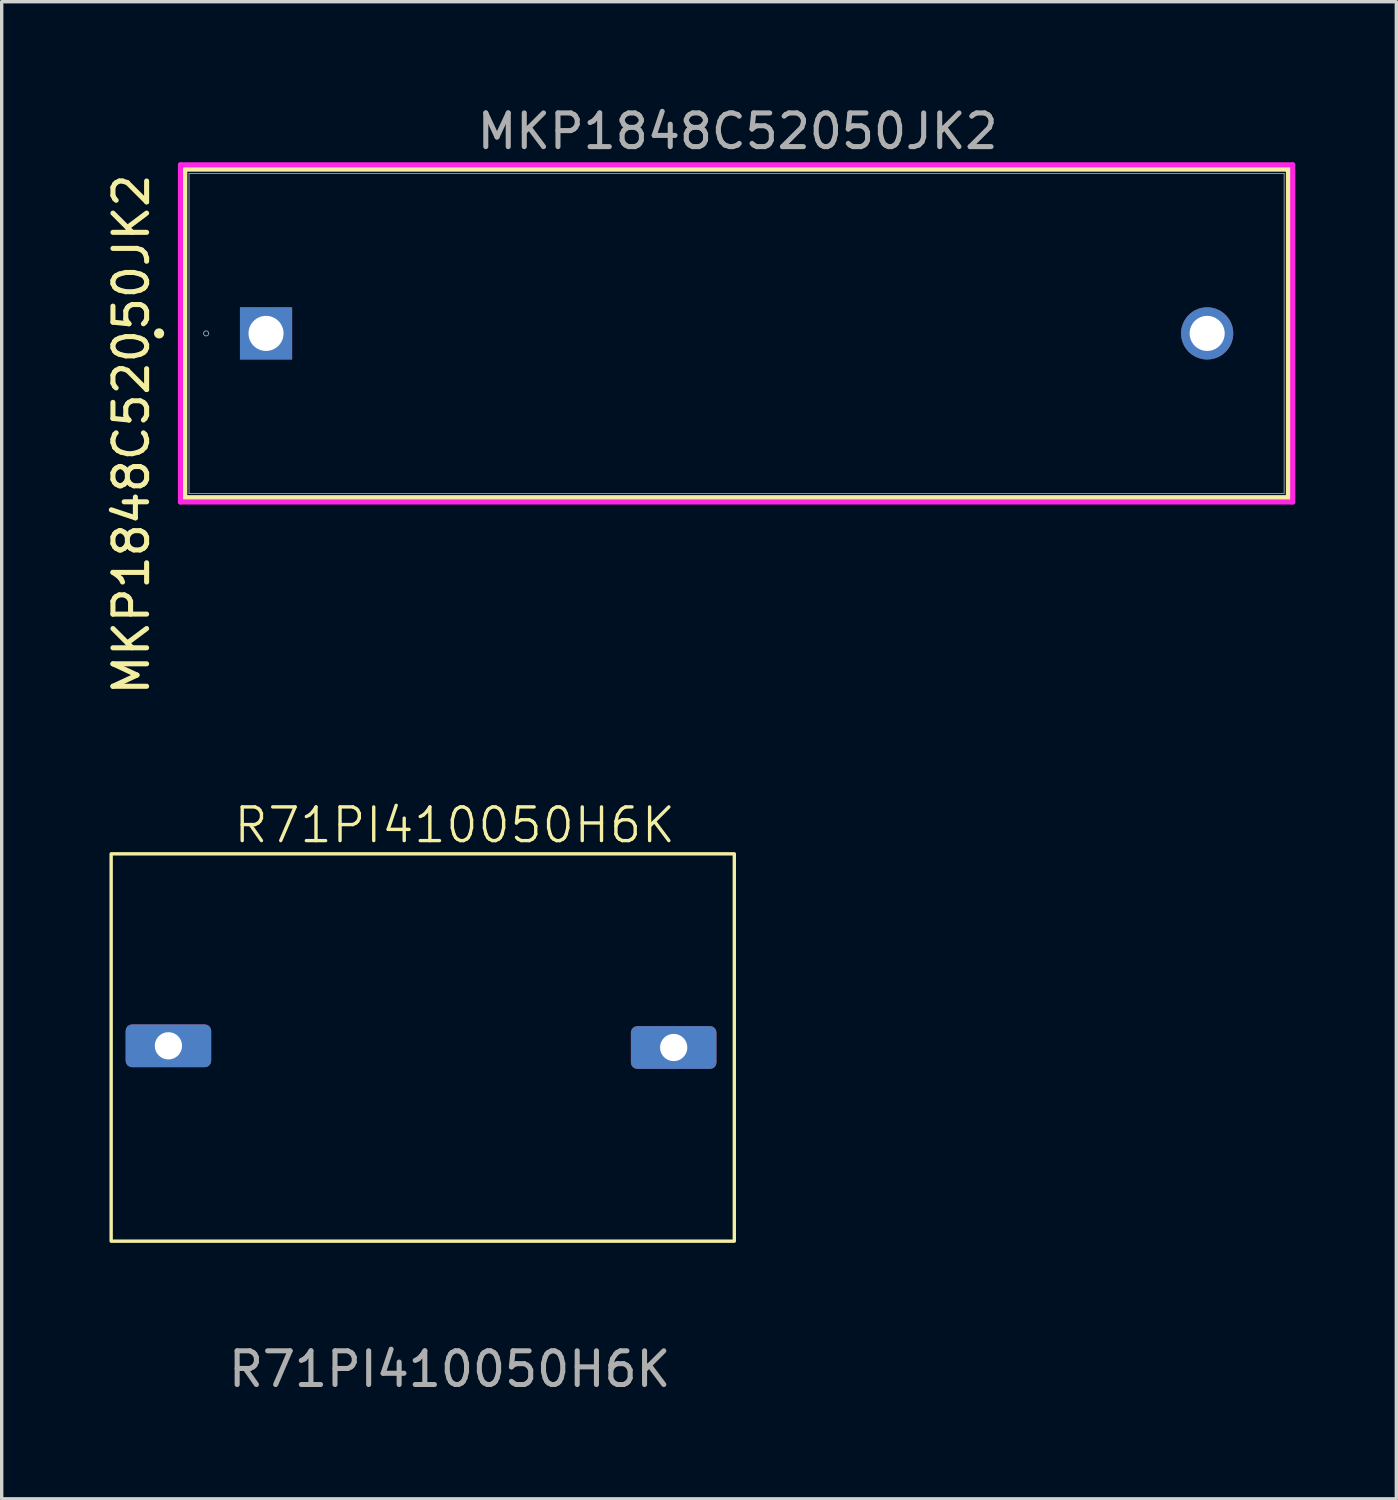
<source format=kicad_pcb>
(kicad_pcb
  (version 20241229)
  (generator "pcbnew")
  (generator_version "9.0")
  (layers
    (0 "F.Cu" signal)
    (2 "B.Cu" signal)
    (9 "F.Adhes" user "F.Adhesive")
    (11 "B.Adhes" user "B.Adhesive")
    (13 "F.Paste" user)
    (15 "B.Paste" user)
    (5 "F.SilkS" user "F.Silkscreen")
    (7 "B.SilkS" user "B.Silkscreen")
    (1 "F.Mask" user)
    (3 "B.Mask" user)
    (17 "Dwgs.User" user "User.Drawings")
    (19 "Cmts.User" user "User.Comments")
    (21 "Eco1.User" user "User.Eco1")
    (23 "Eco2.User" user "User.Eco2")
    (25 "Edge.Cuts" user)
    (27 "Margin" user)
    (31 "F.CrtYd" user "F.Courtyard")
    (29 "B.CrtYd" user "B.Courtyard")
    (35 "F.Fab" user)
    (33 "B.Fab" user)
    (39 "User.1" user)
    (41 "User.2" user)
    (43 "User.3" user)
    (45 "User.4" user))
  (footprint "MKP1848C52050JK2"
    (layer "F.Cu")
    (at 4.848 6.848)
    (property "Reference" "MKP1848C52050JK2" (at -4 3 90) (unlocked yes) (layer "F.SilkS") (effects (font (size 1 1) (thickness 0.15))))
    (attr through_hole)
    (fp_line (start -2.413 -4.877) (end -2.413 4.877) (stroke (width 0.152) (type solid)) (layer "F.SilkS"))
    (fp_line (start 30.353 -4.877) (end -2.413 -4.877) (stroke (width 0.152) (type solid)) (layer "F.SilkS"))
    (fp_line (start 30.353 -4.877) (end 30.353 4.877) (stroke (width 0.152) (type solid)) (layer "F.SilkS"))
    (fp_line (start 30.353 4.877) (end -2.413 4.877) (stroke (width 0.152) (type solid)) (layer "F.SilkS"))
    (fp_circle (center -3.175 0) (end -3.099 0) (stroke (width 0.152) (type solid)) (fill no) (layer "F.SilkS"))
    (fp_line (start -2.54 -5.004) (end 30.48 -5.004) (stroke (width 0.152) (type solid)) (layer "F.CrtYd"))
    (fp_line (start -2.54 5.004) (end -2.54 -5.004) (stroke (width 0.152) (type solid)) (layer "F.CrtYd"))
    (fp_line (start 30.48 -5.004) (end 30.48 5.004) (stroke (width 0.152) (type solid)) (layer "F.CrtYd"))
    (fp_line (start 30.48 5.004) (end -2.54 5.004) (stroke (width 0.152) (type solid)) (layer "F.CrtYd"))
    (fp_line (start -2.286 -4.75) (end -2.286 4.75) (stroke (width 0.025) (type solid)) (layer "F.Fab"))
    (fp_line (start 30.226 -4.75) (end -2.286 -4.75) (stroke (width 0.025) (type solid)) (layer "F.Fab"))
    (fp_line (start 30.226 -4.75) (end 30.226 4.75) (stroke (width 0.025) (type solid)) (layer "F.Fab"))
    (fp_line (start 30.226 4.75) (end -2.286 4.75) (stroke (width 0.025) (type solid)) (layer "F.Fab"))
    (fp_circle (center -1.778 0) (end -1.702 0) (stroke (width 0.025) (type solid)) (fill no) (layer "F.Fab"))
    (fp_text user "${REFERENCE}" (at 14 -6 0) (unlocked yes) (layer "F.Fab") (effects (font (size 1 1) (thickness 0.15))))
    (pad "1" thru_hole rect (at 0 0) (size 1.549 1.549) (drill 1.041) (layers "*.Cu" "*.Mask"))
    (pad "2" thru_hole circle (at 27.94 0) (size 1.549 1.549) (drill 1.041) (layers "*.Cu" "*.Mask")))
  (footprint "R71PI410050H6K"
    (layer "F.Cu")
    (at 0.25 33.798)
    (property "Reference" "R71PI410050H6K" (at 10.2 -12.35 0) (unlocked yes) (layer "F.SilkS") (effects (font (size 1 1) (thickness 0.1))))
    (attr through_hole)
    (fp_rect (start 0 -11.5) (end 18.5 0) (stroke (width 0.1) (type solid)) (fill no) (layer "F.SilkS"))
    (fp_text user "${REFERENCE}" (at 10.05 3.8 0) (unlocked yes) (layer "F.Fab") (effects (font (size 1 1) (thickness 0.15))))
    (pad "1" thru_hole roundrect (at 1.7 -5.8) (size 2.54 1.27) (drill 0.81) (layers "*.Cu" "*.Mask") (roundrect_rratio 0.15))
    (pad "2" thru_hole roundrect (at 16.7 -5.75) (size 2.54 1.27) (drill 0.81) (layers "*.Cu" "*.Mask") (roundrect_rratio 0.15)))
  (gr_rect
    (start -3 -3)
    (end 38.404 41.446)
    (stroke (width 0.1) (type default))
    (fill no)
    (layer "Edge.Cuts")))
</source>
